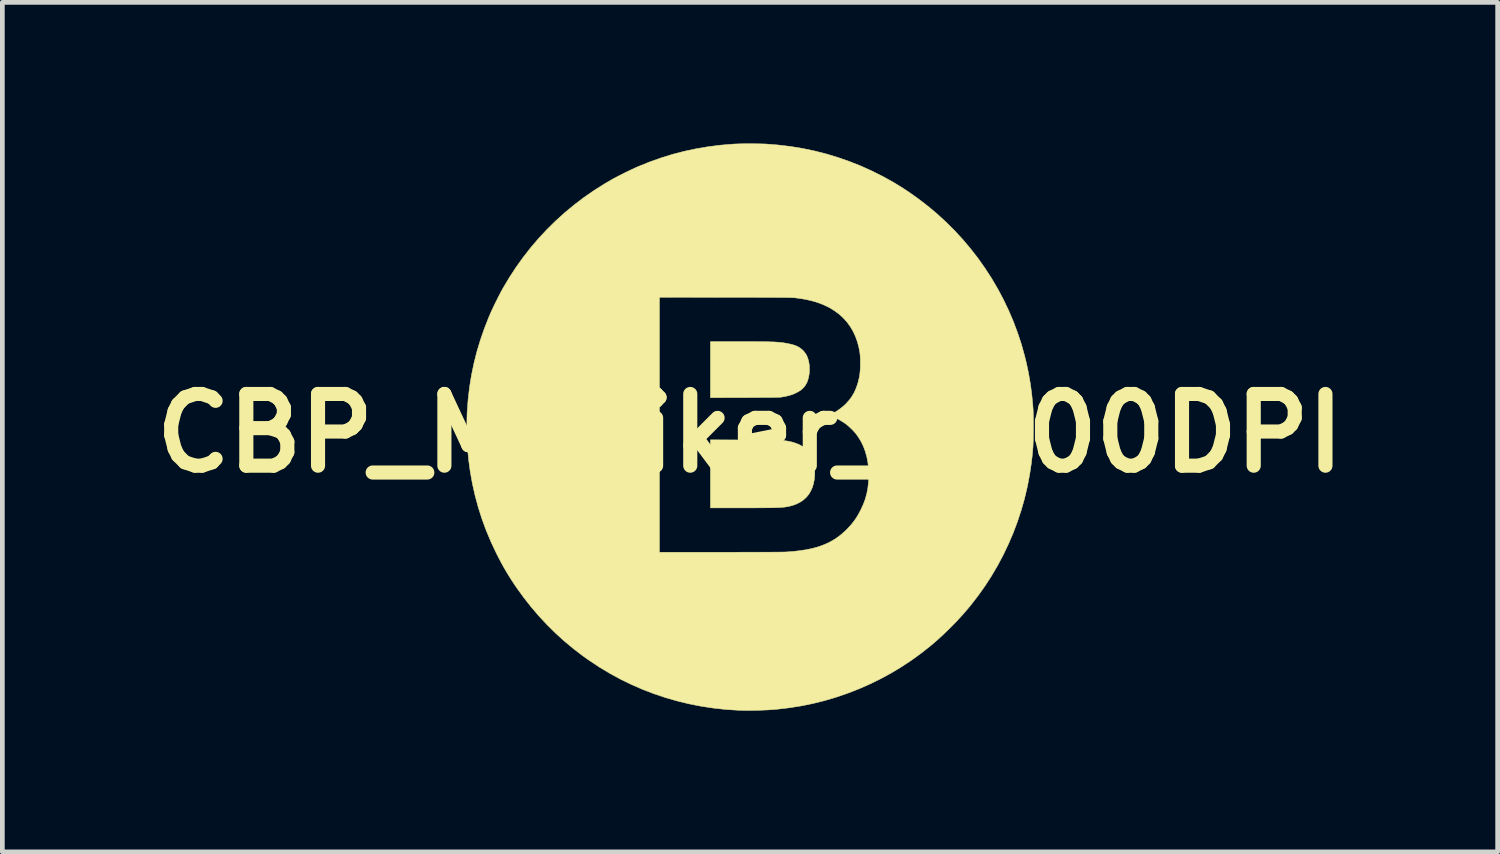
<source format=kicad_pcb>
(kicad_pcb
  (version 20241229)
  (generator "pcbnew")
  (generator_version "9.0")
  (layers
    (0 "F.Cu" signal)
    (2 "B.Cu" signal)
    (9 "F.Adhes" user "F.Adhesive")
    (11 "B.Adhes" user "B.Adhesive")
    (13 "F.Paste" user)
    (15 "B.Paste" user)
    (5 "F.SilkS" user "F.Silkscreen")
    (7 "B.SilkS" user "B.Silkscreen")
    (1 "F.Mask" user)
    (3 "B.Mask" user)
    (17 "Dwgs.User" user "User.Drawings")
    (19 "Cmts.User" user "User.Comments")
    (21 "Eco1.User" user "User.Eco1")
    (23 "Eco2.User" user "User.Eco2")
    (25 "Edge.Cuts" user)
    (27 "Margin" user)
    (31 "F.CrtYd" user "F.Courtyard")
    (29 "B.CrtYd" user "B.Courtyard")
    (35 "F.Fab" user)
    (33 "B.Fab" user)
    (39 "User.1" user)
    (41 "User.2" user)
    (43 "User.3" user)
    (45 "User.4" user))
  (footprint "CBP_Moniker_4500DPI"
    (layer "F.Cu")
    (at 12.889 6.157)
    (property "Reference" "CBP_Moniker_4500DPI" (at 0 0 0) (layer "F.SilkS") (effects (font (size 1.524 1.524) (thickness 0.3))))
    (attr through_hole)
    (fp_poly (pts (xy -0.222 -1.947) (xy -0.107 -1.947) (xy -0.004 -1.947) (xy 0.09 -1.947) (xy 0.175 -1.946) (xy 0.251 -1.946) (xy 0.319 -1.945) (xy 0.381 -1.944) (xy 0.436 -1.942) (xy 0.485 -1.941) (xy 0.53 -1.939) (xy 0.57 -1.936) (xy 0.607 -1.934) (xy 0.641 -1.93) (xy 0.673 -1.927) (xy 0.704 -1.923) (xy 0.734 -1.918) (xy 0.764 -1.913) (xy 0.795 -1.907) (xy 0.807 -1.905) (xy 0.877 -1.89) (xy 0.937 -1.873) (xy 0.989 -1.853) (xy 1.034 -1.831) (xy 1.074 -1.804) (xy 1.111 -1.773) (xy 1.124 -1.762) (xy 1.166 -1.713) (xy 1.2 -1.66) (xy 1.226 -1.6) (xy 1.245 -1.534) (xy 1.258 -1.46) (xy 1.262 -1.405) (xy 1.263 -1.337) (xy 1.258 -1.267) (xy 1.247 -1.2) (xy 1.231 -1.138) (xy 1.211 -1.082) (xy 1.205 -1.07) (xy 1.174 -1.015) (xy 1.136 -0.968) (xy 1.09 -0.925) (xy 1.035 -0.888) (xy 0.985 -0.861) (xy 0.932 -0.836) (xy 0.877 -0.816) (xy 0.82 -0.799) (xy 0.756 -0.784) (xy 0.685 -0.771) (xy 0.658 -0.767) (xy 0.647 -0.766) (xy 0.628 -0.765) (xy 0.603 -0.764) (xy 0.569 -0.763) (xy 0.528 -0.762) (xy 0.478 -0.761) (xy 0.419 -0.761) (xy 0.351 -0.76) (xy 0.273 -0.76) (xy 0.185 -0.759) (xy 0.087 -0.759) (xy -0.022 -0.758) (xy -0.114 -0.758) (xy -0.841 -0.756) (xy -0.841 -1.947) (xy -0.222 -1.947)) (stroke (width 0.01) (type solid)) (fill yes) (layer "F.SilkS"))
    (fp_poly (pts (xy -0.1 0.143) (xy 0.009 0.143) (xy 0.107 0.144) (xy 0.196 0.144) (xy 0.275 0.144) (xy 0.346 0.145) (xy 0.408 0.145) (xy 0.463 0.146) (xy 0.512 0.146) (xy 0.554 0.147) (xy 0.591 0.148) (xy 0.624 0.149) (xy 0.652 0.15) (xy 0.677 0.152) (xy 0.699 0.154) (xy 0.719 0.156) (xy 0.737 0.158) (xy 0.755 0.16) (xy 0.773 0.163) (xy 0.791 0.166) (xy 0.81 0.169) (xy 0.905 0.19) (xy 0.992 0.219) (xy 1.07 0.254) (xy 1.139 0.296) (xy 1.199 0.345) (xy 1.251 0.401) (xy 1.275 0.434) (xy 1.31 0.494) (xy 1.337 0.556) (xy 1.356 0.624) (xy 1.369 0.697) (xy 1.375 0.776) (xy 1.375 0.881) (xy 1.367 0.979) (xy 1.349 1.07) (xy 1.324 1.154) (xy 1.289 1.23) (xy 1.247 1.3) (xy 1.196 1.361) (xy 1.136 1.416) (xy 1.069 1.462) (xy 0.993 1.501) (xy 0.909 1.532) (xy 0.866 1.544) (xy 0.843 1.55) (xy 0.821 1.555) (xy 0.798 1.559) (xy 0.775 1.564) (xy 0.75 1.567) (xy 0.723 1.571) (xy 0.693 1.573) (xy 0.661 1.576) (xy 0.624 1.578) (xy 0.582 1.58) (xy 0.536 1.581) (xy 0.483 1.583) (xy 0.424 1.584) (xy 0.358 1.584) (xy 0.284 1.585) (xy 0.201 1.585) (xy 0.11 1.586) (xy 0.008 1.586) (xy -0.103 1.586) (xy -0.157 1.586) (xy -0.841 1.586) (xy -0.841 0.14) (xy -0.1 0.143)) (stroke (width 0.01) (type solid)) (fill yes) (layer "F.SilkS"))
    (fp_poly (pts (xy 0.077 -6.152) (xy 0.141 -6.151) (xy 0.201 -6.151) (xy 0.256 -6.149) (xy 0.302 -6.148) (xy 0.333 -6.147) (xy 0.596 -6.126) (xy 0.857 -6.095) (xy 1.114 -6.053) (xy 1.368 -6) (xy 1.62 -5.936) (xy 1.867 -5.861) (xy 2.112 -5.776) (xy 2.352 -5.681) (xy 2.589 -5.574) (xy 2.821 -5.458) (xy 3.05 -5.331) (xy 3.099 -5.301) (xy 3.25 -5.208) (xy 3.403 -5.106) (xy 3.556 -4.997) (xy 3.706 -4.884) (xy 3.85 -4.768) (xy 3.972 -4.665) (xy 4.163 -4.49) (xy 4.347 -4.307) (xy 4.522 -4.117) (xy 4.688 -3.92) (xy 4.846 -3.717) (xy 4.994 -3.507) (xy 5.134 -3.291) (xy 5.264 -3.07) (xy 5.384 -2.844) (xy 5.495 -2.612) (xy 5.596 -2.376) (xy 5.686 -2.135) (xy 5.767 -1.891) (xy 5.836 -1.643) (xy 5.873 -1.493) (xy 5.919 -1.276) (xy 5.956 -1.06) (xy 5.986 -0.841) (xy 6.008 -0.618) (xy 6.017 -0.494) (xy 6.018 -0.469) (xy 6.019 -0.435) (xy 6.02 -0.393) (xy 6.021 -0.344) (xy 6.022 -0.291) (xy 6.022 -0.234) (xy 6.023 -0.176) (xy 6.023 -0.133) (xy 6.022 -0.036) (xy 6.021 0.051) (xy 6.02 0.131) (xy 6.017 0.205) (xy 6.014 0.276) (xy 6.009 0.346) (xy 6.003 0.416) (xy 5.996 0.488) (xy 5.987 0.564) (xy 5.98 0.627) (xy 5.942 0.881) (xy 5.894 1.133) (xy 5.835 1.383) (xy 5.765 1.63) (xy 5.685 1.874) (xy 5.595 2.114) (xy 5.494 2.349) (xy 5.384 2.581) (xy 5.264 2.807) (xy 5.134 3.028) (xy 4.995 3.244) (xy 4.846 3.453) (xy 4.689 3.656) (xy 4.646 3.708) (xy 4.525 3.849) (xy 4.395 3.991) (xy 4.259 4.13) (xy 4.119 4.266) (xy 3.978 4.396) (xy 3.844 4.511) (xy 3.643 4.67) (xy 3.435 4.821) (xy 3.221 4.963) (xy 3.002 5.095) (xy 2.777 5.217) (xy 2.547 5.33) (xy 2.313 5.433) (xy 2.074 5.526) (xy 1.831 5.609) (xy 1.586 5.682) (xy 1.337 5.744) (xy 1.085 5.795) (xy 0.831 5.835) (xy 0.576 5.865) (xy 0.55 5.867) (xy 0.466 5.874) (xy 0.375 5.88) (xy 0.279 5.884) (xy 0.18 5.888) (xy 0.082 5.89) (xy -0.014 5.891) (xy -0.105 5.891) (xy -0.189 5.889) (xy -0.25 5.887) (xy -0.515 5.87) (xy -0.777 5.841) (xy -1.036 5.802) (xy -1.292 5.752) (xy -1.544 5.691) (xy -1.792 5.62) (xy -2.037 5.538) (xy -2.278 5.446) (xy -2.514 5.343) (xy -2.747 5.23) (xy -2.975 5.106) (xy -3.199 4.972) (xy -3.418 4.827) (xy -3.555 4.73) (xy -3.752 4.579) (xy -3.945 4.419) (xy -4.132 4.249) (xy -4.312 4.071) (xy -4.485 3.886) (xy -4.65 3.693) (xy -4.806 3.495) (xy -4.954 3.291) (xy -5.015 3.201) (xy -5.078 3.105) (xy -5.135 3.014) (xy -5.188 2.926) (xy -5.239 2.838) (xy -5.289 2.747) (xy -5.339 2.652) (xy -5.391 2.549) (xy -5.398 2.534) (xy -5.401 2.529) (xy -1.925 2.529) (xy -0.625 2.529) (xy -0.475 2.529) (xy -0.332 2.529) (xy -0.196 2.528) (xy -0.068 2.528) (xy 0.052 2.528) (xy 0.164 2.528) (xy 0.268 2.527) (xy 0.362 2.527) (xy 0.448 2.527) (xy 0.524 2.526) (xy 0.591 2.526) (xy 0.648 2.525) (xy 0.694 2.525) (xy 0.73 2.524) (xy 0.756 2.523) (xy 0.768 2.523) (xy 0.915 2.512) (xy 1.053 2.496) (xy 1.181 2.477) (xy 1.301 2.453) (xy 1.413 2.424) (xy 1.518 2.39) (xy 1.616 2.35) (xy 1.709 2.305) (xy 1.797 2.254) (xy 1.88 2.197) (xy 1.96 2.133) (xy 2.037 2.063) (xy 2.074 2.025) (xy 2.14 1.954) (xy 2.198 1.882) (xy 2.252 1.807) (xy 2.301 1.727) (xy 2.349 1.638) (xy 2.362 1.611) (xy 2.41 1.504) (xy 2.45 1.397) (xy 2.48 1.288) (xy 2.502 1.176) (xy 2.516 1.058) (xy 2.523 0.935) (xy 2.523 0.887) (xy 2.518 0.752) (xy 2.505 0.623) (xy 2.482 0.501) (xy 2.449 0.385) (xy 2.408 0.275) (xy 2.357 0.171) (xy 2.296 0.073) (xy 2.249 0.008) (xy 2.223 -0.022) (xy 2.191 -0.057) (xy 2.154 -0.094) (xy 2.116 -0.13) (xy 2.08 -0.163) (xy 2.046 -0.19) (xy 2.045 -0.191) (xy 1.982 -0.235) (xy 1.911 -0.278) (xy 1.837 -0.318) (xy 1.763 -0.352) (xy 1.74 -0.361) (xy 1.719 -0.37) (xy 1.703 -0.376) (xy 1.694 -0.381) (xy 1.693 -0.381) (xy 1.698 -0.385) (xy 1.71 -0.392) (xy 1.729 -0.403) (xy 1.746 -0.412) (xy 1.825 -0.459) (xy 1.895 -0.506) (xy 1.958 -0.554) (xy 2.016 -0.605) (xy 2.043 -0.632) (xy 2.109 -0.705) (xy 2.167 -0.785) (xy 2.217 -0.871) (xy 2.258 -0.965) (xy 2.292 -1.066) (xy 2.319 -1.174) (xy 2.332 -1.249) (xy 2.337 -1.293) (xy 2.341 -1.345) (xy 2.344 -1.403) (xy 2.345 -1.465) (xy 2.345 -1.527) (xy 2.344 -1.587) (xy 2.341 -1.642) (xy 2.337 -1.689) (xy 2.335 -1.705) (xy 2.312 -1.83) (xy 2.28 -1.949) (xy 2.239 -2.062) (xy 2.189 -2.168) (xy 2.13 -2.268) (xy 2.062 -2.361) (xy 1.986 -2.446) (xy 1.901 -2.525) (xy 1.807 -2.595) (xy 1.706 -2.659) (xy 1.654 -2.686) (xy 1.568 -2.727) (xy 1.481 -2.762) (xy 1.39 -2.793) (xy 1.295 -2.819) (xy 1.193 -2.842) (xy 1.084 -2.861) (xy 0.965 -2.877) (xy 0.956 -2.878) (xy 0.946 -2.879) (xy 0.934 -2.88) (xy 0.921 -2.881) (xy 0.905 -2.881) (xy 0.887 -2.882) (xy 0.866 -2.883) (xy 0.841 -2.883) (xy 0.813 -2.884) (xy 0.78 -2.884) (xy 0.742 -2.885) (xy 0.699 -2.885) (xy 0.65 -2.886) (xy 0.596 -2.886) (xy 0.534 -2.886) (xy 0.466 -2.887) (xy 0.391 -2.887) (xy 0.307 -2.887) (xy 0.215 -2.887) (xy 0.115 -2.888) (xy 0.005 -2.888) (xy -0.114 -2.888) (xy -0.243 -2.888) (xy -0.383 -2.888) (xy -0.521 -2.888) (xy -1.925 -2.89) (xy -1.925 2.529) (xy -5.401 2.529) (xy -5.509 2.299) (xy -5.609 2.06) (xy -5.698 1.818) (xy -5.776 1.572) (xy -5.843 1.323) (xy -5.9 1.071) (xy -5.946 0.815) (xy -5.981 0.556) (xy -6.005 0.293) (xy -6.011 0.198) (xy -6.013 0.159) (xy -6.014 0.112) (xy -6.015 0.056) (xy -6.016 -0.005) (xy -6.017 -0.069) (xy -6.017 -0.135) (xy -6.017 -0.202) (xy -6.016 -0.266) (xy -6.015 -0.326) (xy -6.014 -0.38) (xy -6.013 -0.426) (xy -6.011 -0.457) (xy -5.991 -0.719) (xy -5.961 -0.977) (xy -5.92 -1.231) (xy -5.868 -1.482) (xy -5.806 -1.73) (xy -5.732 -1.976) (xy -5.648 -2.219) (xy -5.553 -2.462) (xy -5.534 -2.506) (xy -5.512 -2.558) (xy -5.484 -2.618) (xy -5.454 -2.683) (xy -5.421 -2.752) (xy -5.386 -2.821) (xy -5.352 -2.89) (xy -5.318 -2.955) (xy -5.287 -3.015) (xy -5.258 -3.067) (xy -5.252 -3.079) (xy -5.117 -3.305) (xy -4.974 -3.525) (xy -4.822 -3.737) (xy -4.662 -3.942) (xy -4.493 -4.14) (xy -4.316 -4.33) (xy -4.131 -4.512) (xy -3.939 -4.686) (xy -3.738 -4.852) (xy -3.531 -5.01) (xy -3.316 -5.159) (xy -3.094 -5.299) (xy -2.944 -5.387) (xy -2.894 -5.415) (xy -2.835 -5.446) (xy -2.771 -5.479) (xy -2.703 -5.513) (xy -2.634 -5.548) (xy -2.565 -5.581) (xy -2.499 -5.612) (xy -2.437 -5.641) (xy -2.383 -5.665) (xy -2.371 -5.67) (xy -2.13 -5.767) (xy -1.887 -5.853) (xy -1.644 -5.928) (xy -1.398 -5.992) (xy -1.149 -6.045) (xy -0.898 -6.088) (xy -0.642 -6.121) (xy -0.383 -6.143) (xy -0.322 -6.147) (xy -0.283 -6.148) (xy -0.236 -6.15) (xy -0.18 -6.151) (xy -0.119 -6.152) (xy -0.055 -6.152) (xy 0.011 -6.152) (xy 0.077 -6.152)) (stroke (width 0.01) (type solid)) (fill yes) (layer "F.SilkS")))
  (gr_rect
    (start -3 -3)
    (end 28.777 15.053)
    (stroke (width 0.1) (type default))
    (fill no)
    (layer "Edge.Cuts")))
</source>
